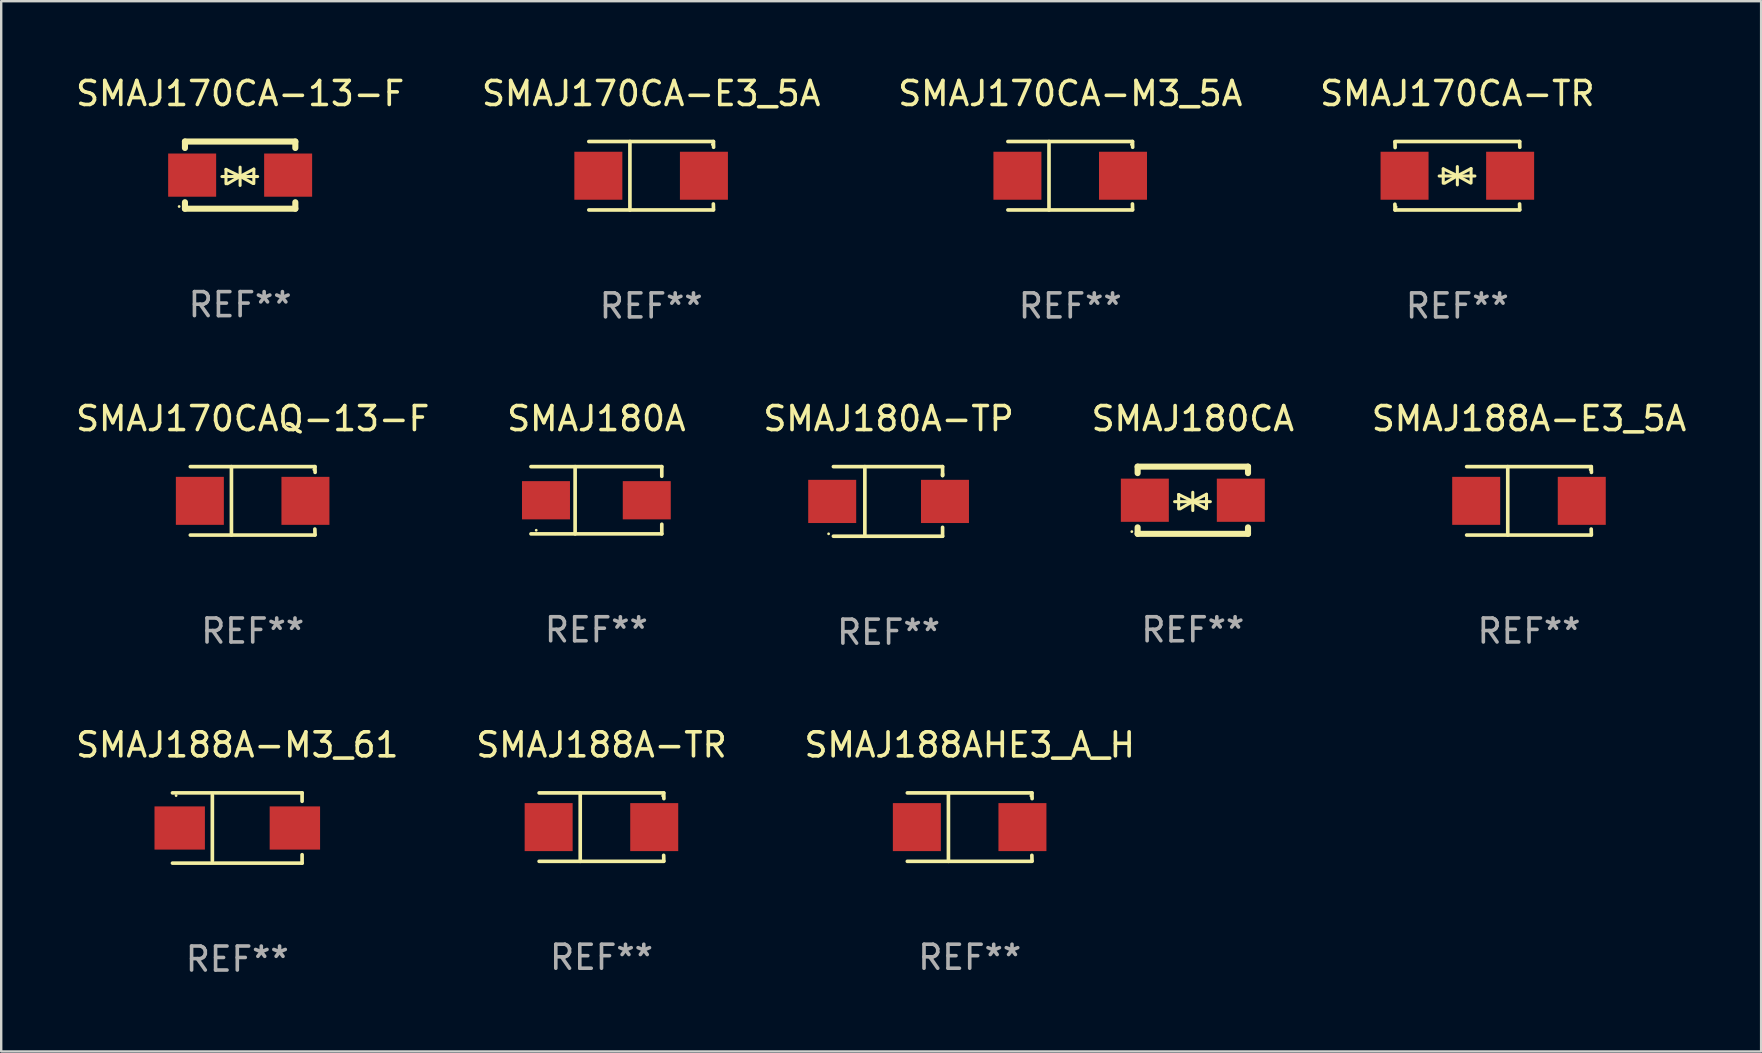
<source format=kicad_pcb>
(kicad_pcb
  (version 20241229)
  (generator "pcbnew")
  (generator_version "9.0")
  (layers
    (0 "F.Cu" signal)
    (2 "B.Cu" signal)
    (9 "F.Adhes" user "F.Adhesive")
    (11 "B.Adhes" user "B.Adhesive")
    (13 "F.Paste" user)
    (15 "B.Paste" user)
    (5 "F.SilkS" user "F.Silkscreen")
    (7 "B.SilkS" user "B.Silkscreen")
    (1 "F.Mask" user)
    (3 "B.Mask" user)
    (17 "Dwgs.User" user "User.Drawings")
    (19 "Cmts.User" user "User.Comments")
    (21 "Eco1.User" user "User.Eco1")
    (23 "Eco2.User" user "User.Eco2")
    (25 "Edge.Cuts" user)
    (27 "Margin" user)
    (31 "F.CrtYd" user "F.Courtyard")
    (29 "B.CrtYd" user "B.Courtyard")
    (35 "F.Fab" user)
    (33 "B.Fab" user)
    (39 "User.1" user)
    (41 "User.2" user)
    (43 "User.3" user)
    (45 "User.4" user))
  (footprint "SMAJ170CA-E3_5A"
    (layer "F.Cu")
    (at 24.089 4.274)
    (property "Reference" "SMAJ170CA-E3_5A" (at 0 -3.426 0) (layer "F.SilkS") (effects (font (size 1 1) (thickness 0.15))))
    (attr through_hole)
    (fp_line (start -2.6 -1.426) (end 2.593 -1.426) (stroke (width 0.152) (type solid)) (layer "F.SilkS"))
    (fp_line (start -2.6 1.426) (end 2.593 1.426) (stroke (width 0.152) (type solid)) (layer "F.SilkS"))
    (fp_line (start -0.887 -1.426) (end -0.887 1.426) (stroke (width 0.152) (type solid)) (layer "F.SilkS"))
    (fp_line (start 2.59 1.176) (end 2.597 1.415) (stroke (width 0.152) (type solid)) (layer "F.SilkS"))
    (fp_line (start 2.593 -1.426) (end 2.6 -1.187) (stroke (width 0.152) (type solid)) (layer "F.SilkS"))
    (fp_circle (center 2.547 -1.3) (end 2.577 -1.3) (stroke (width 0.06) (type solid)) (fill no) (layer "F.SilkS"))
    (fp_text user "REF**" (at 0 5.426 0) (layer "F.Fab") (effects (font (size 1 1) (thickness 0.15))))
    (pad "1" smd rect (at 2.197 -0.000025 180) (size 2 2) (layers "F.Cu" "F.Mask" "F.Paste"))
    (pad "2" smd rect (at -2.203 -0.000025 180) (size 2 2) (layers "F.Cu" "F.Mask" "F.Paste")))
  (footprint "SMAJ188AHE3_A_H"
    (layer "F.Cu")
    (at 37.363 31.42)
    (property "Reference" "SMAJ188AHE3_A_H" (at 0 -3.426 0) (layer "F.SilkS") (effects (font (size 1 1) (thickness 0.15))))
    (attr through_hole)
    (fp_line (start -2.6 -1.426) (end 2.593 -1.426) (stroke (width 0.152) (type solid)) (layer "F.SilkS"))
    (fp_line (start -2.6 1.426) (end 2.593 1.426) (stroke (width 0.152) (type solid)) (layer "F.SilkS"))
    (fp_line (start -0.887 -1.426) (end -0.887 1.426) (stroke (width 0.152) (type solid)) (layer "F.SilkS"))
    (fp_line (start 2.59 1.176) (end 2.597 1.415) (stroke (width 0.152) (type solid)) (layer "F.SilkS"))
    (fp_line (start 2.593 -1.426) (end 2.6 -1.187) (stroke (width 0.152) (type solid)) (layer "F.SilkS"))
    (fp_circle (center 2.547 -1.3) (end 2.577 -1.3) (stroke (width 0.06) (type solid)) (fill no) (layer "F.SilkS"))
    (fp_text user "REF**" (at 0 5.426 0) (layer "F.Fab") (effects (font (size 1 1) (thickness 0.15))))
    (pad "1" smd rect (at 2.197 -0.000025 180) (size 2 2) (layers "F.Cu" "F.Mask" "F.Paste"))
    (pad "2" smd rect (at -2.203 -0.000025 180) (size 2 2) (layers "F.Cu" "F.Mask" "F.Paste")))
  (footprint "SMAJ180CA"
    (layer "F.Cu")
    (at 46.661 17.797)
    (property "Reference" "SMAJ180CA" (at 0 -3.4 0) (layer "F.SilkS") (effects (font (size 1 1) (thickness 0.15))))
    (attr through_hole)
    (fp_line (start -2.3 -1.4) (end -2.3 -1.131) (stroke (width 0.254) (type solid)) (layer "F.SilkS"))
    (fp_line (start -2.3 -1.4) (end 2.3 -1.4) (stroke (width 0.254) (type solid)) (layer "F.SilkS"))
    (fp_line (start -2.3 1.131) (end -2.3 1.4) (stroke (width 0.254) (type solid)) (layer "F.SilkS"))
    (fp_line (start -2.3 1.4) (end 2.3 1.4) (stroke (width 0.254) (type solid)) (layer "F.SilkS"))
    (fp_line (start -0.76 0.06) (end 0.73 0.06) (stroke (width 0.127) (type solid)) (layer "F.SilkS"))
    (fp_line (start -0.59 -0.24) (end -0.59 0.36) (stroke (width 0.127) (type solid)) (layer "F.SilkS"))
    (fp_line (start -0.59 -0.24) (end -0.002 0.049) (stroke (width 0.127) (type solid)) (layer "F.SilkS"))
    (fp_line (start -0.53 0.36) (end -0.002 0.049) (stroke (width 0.127) (type solid)) (layer "F.SilkS"))
    (fp_line (start -0.002 0.049) (end -0.002 -0.332) (stroke (width 0.127) (type solid)) (layer "F.SilkS"))
    (fp_line (start -0.002 0.049) (end -0.002 0.43) (stroke (width 0.127) (type solid)) (layer "F.SilkS"))
    (fp_line (start 0.54 0.35) (end -0.002 0.049) (stroke (width 0.127) (type solid)) (layer "F.SilkS"))
    (fp_line (start 0.57 -0.25) (end -0.002 0.049) (stroke (width 0.127) (type solid)) (layer "F.SilkS"))
    (fp_line (start 0.57 -0.25) (end 0.57 0.35) (stroke (width 0.127) (type solid)) (layer "F.SilkS"))
    (fp_line (start 2.3 -1.4) (end 2.3 -1.131) (stroke (width 0.254) (type solid)) (layer "F.SilkS"))
    (fp_line (start 2.3 1.131) (end 2.3 1.4) (stroke (width 0.254) (type solid)) (layer "F.SilkS"))
    (fp_circle (center -2.542 1.308) (end -2.512 1.308) (stroke (width 0.06) (type solid)) (fill no) (layer "F.SilkS"))
    (fp_text user "REF**" (at 0 5.4 0) (layer "F.Fab") (effects (font (size 1 1) (thickness 0.15))))
    (pad "1" smd rect (at -2 0) (size 2 1.8) (layers "F.Cu" "F.Mask" "F.Paste"))
    (pad "2" smd rect (at 2 0) (size 2 1.8) (layers "F.Cu" "F.Mask" "F.Paste")))
  (footprint "SMAJ188A-M3_61"
    (layer "F.Cu")
    (at 6.839 31.457)
    (property "Reference" "SMAJ188A-M3_61" (at 0 -3.464 0) (layer "F.SilkS") (effects (font (size 1 1) (thickness 0.15))))
    (attr through_hole)
    (fp_line (start -2.701 -1.464) (end 2.701 -1.464) (stroke (width 0.152) (type solid)) (layer "F.SilkS"))
    (fp_line (start -2.701 1.464) (end 2.701 1.464) (stroke (width 0.152) (type solid)) (layer "F.SilkS"))
    (fp_line (start -1.039 -1.364) (end -1.039 1.364) (stroke (width 0.152) (type solid)) (layer "F.SilkS"))
    (fp_line (start 2.701 -1.464) (end 2.701 -1.113) (stroke (width 0.152) (type solid)) (layer "F.SilkS"))
    (fp_line (start 2.701 1.464) (end 2.701 1.113) (stroke (width 0.152) (type solid)) (layer "F.SilkS"))
    (fp_circle (center -2.55 -1.35) (end -2.52 -1.35) (stroke (width 0.06) (type solid)) (fill no) (layer "F.SilkS"))
    (fp_text user "REF**" (at 0 5.464 0) (layer "F.Fab") (effects (font (size 1 1) (thickness 0.15))))
    (pad "1" smd rect (at -2.4 0) (size 2.1 1.8) (layers "F.Cu" "F.Mask" "F.Paste"))
    (pad "2" smd rect (at 2.4 0) (size 2.1 1.8) (layers "F.Cu" "F.Mask" "F.Paste")))
  (footprint "SMAJ170CA-TR"
    (layer "F.Cu")
    (at 57.685 4.274)
    (property "Reference" "SMAJ170CA-TR" (at 0 -3.426 0) (layer "F.SilkS") (effects (font (size 1 1) (thickness 0.15))))
    (attr through_hole)
    (fp_line (start -2.596 -1.426) (end 2.596 -1.426) (stroke (width 0.152) (type solid)) (layer "F.SilkS"))
    (fp_line (start -2.596 1.426) (end -2.603 1.187) (stroke (width 0.152) (type solid)) (layer "F.SilkS"))
    (fp_line (start -2.596 1.426) (end 2.596 1.426) (stroke (width 0.152) (type solid)) (layer "F.SilkS"))
    (fp_line (start -2.593 -1.176) (end -2.6 -1.415) (stroke (width 0.152) (type solid)) (layer "F.SilkS"))
    (fp_line (start -0.758 0.011) (end 0.732 0.011) (stroke (width 0.127) (type solid)) (layer "F.SilkS"))
    (fp_line (start -0.588 -0.289) (end -0.588 0.311) (stroke (width 0.127) (type solid)) (layer "F.SilkS"))
    (fp_line (start -0.588 -0.289) (end 0 0) (stroke (width 0.127) (type solid)) (layer "F.SilkS"))
    (fp_line (start -0.528 0.311) (end 0 0) (stroke (width 0.127) (type solid)) (layer "F.SilkS"))
    (fp_line (start 0 0) (end 0 -0.381) (stroke (width 0.127) (type solid)) (layer "F.SilkS"))
    (fp_line (start 0 0) (end 0 0.381) (stroke (width 0.127) (type solid)) (layer "F.SilkS"))
    (fp_line (start 0.542 0.301) (end 0 0) (stroke (width 0.127) (type solid)) (layer "F.SilkS"))
    (fp_line (start 0.572 -0.299) (end 0 0) (stroke (width 0.127) (type solid)) (layer "F.SilkS"))
    (fp_line (start 0.572 -0.299) (end 0.572 0.301) (stroke (width 0.127) (type solid)) (layer "F.SilkS"))
    (fp_line (start 2.593 1.176) (end 2.6 1.415) (stroke (width 0.152) (type solid)) (layer "F.SilkS"))
    (fp_line (start 2.596 -1.426) (end 2.603 -1.187) (stroke (width 0.152) (type solid)) (layer "F.SilkS"))
    (fp_circle (center -2.55 1.3) (end -2.52 1.3) (stroke (width 0.06) (type solid)) (fill no) (layer "F.SilkS"))
    (fp_text user "REF**" (at 0 5.426 0) (layer "F.Fab") (effects (font (size 1 1) (thickness 0.15))))
    (pad "1" smd rect (at -2.2 0 180) (size 2 2) (layers "F.Cu" "F.Mask" "F.Paste"))
    (pad "2" smd rect (at 2.2 0 180) (size 2 2) (layers "F.Cu" "F.Mask" "F.Paste")))
  (footprint "SMAJ188A-TR"
    (layer "F.Cu")
    (at 22.018 31.42)
    (property "Reference" "SMAJ188A-TR" (at 0 -3.426 0) (layer "F.SilkS") (effects (font (size 1 1) (thickness 0.15))))
    (attr through_hole)
    (fp_line (start -2.6 -1.426) (end 2.593 -1.426) (stroke (width 0.152) (type solid)) (layer "F.SilkS"))
    (fp_line (start -2.6 1.426) (end 2.593 1.426) (stroke (width 0.152) (type solid)) (layer "F.SilkS"))
    (fp_line (start -0.887 -1.426) (end -0.887 1.426) (stroke (width 0.152) (type solid)) (layer "F.SilkS"))
    (fp_line (start 2.59 1.176) (end 2.597 1.415) (stroke (width 0.152) (type solid)) (layer "F.SilkS"))
    (fp_line (start 2.593 -1.426) (end 2.6 -1.187) (stroke (width 0.152) (type solid)) (layer "F.SilkS"))
    (fp_circle (center 2.547 -1.3) (end 2.577 -1.3) (stroke (width 0.06) (type solid)) (fill no) (layer "F.SilkS"))
    (fp_text user "REF**" (at 0 5.426 0) (layer "F.Fab") (effects (font (size 1 1) (thickness 0.15))))
    (pad "1" smd rect (at 2.197 -0.000025 180) (size 2 2) (layers "F.Cu" "F.Mask" "F.Paste"))
    (pad "2" smd rect (at -2.203 -0.000025 180) (size 2 2) (layers "F.Cu" "F.Mask" "F.Paste")))
  (footprint "SMAJ170CA-M3_5A"
    (layer "F.Cu")
    (at 41.554 4.274)
    (property "Reference" "SMAJ170CA-M3_5A" (at 0 -3.426 0) (layer "F.SilkS") (effects (font (size 1 1) (thickness 0.15))))
    (attr through_hole)
    (fp_line (start -2.6 -1.426) (end 2.593 -1.426) (stroke (width 0.152) (type solid)) (layer "F.SilkS"))
    (fp_line (start -2.6 1.426) (end 2.593 1.426) (stroke (width 0.152) (type solid)) (layer "F.SilkS"))
    (fp_line (start -0.887 -1.426) (end -0.887 1.426) (stroke (width 0.152) (type solid)) (layer "F.SilkS"))
    (fp_line (start 2.59 1.176) (end 2.597 1.415) (stroke (width 0.152) (type solid)) (layer "F.SilkS"))
    (fp_line (start 2.593 -1.426) (end 2.6 -1.187) (stroke (width 0.152) (type solid)) (layer "F.SilkS"))
    (fp_circle (center 2.547 -1.3) (end 2.577 -1.3) (stroke (width 0.06) (type solid)) (fill no) (layer "F.SilkS"))
    (fp_text user "REF**" (at 0 5.426 0) (layer "F.Fab") (effects (font (size 1 1) (thickness 0.15))))
    (pad "1" smd rect (at 2.197 -0.000025 180) (size 2 2) (layers "F.Cu" "F.Mask" "F.Paste"))
    (pad "2" smd rect (at -2.203 -0.000025 180) (size 2 2) (layers "F.Cu" "F.Mask" "F.Paste")))
  (footprint "SMAJ170CAQ-13-F"
    (layer "F.Cu")
    (at 7.482 17.823)
    (property "Reference" "SMAJ170CAQ-13-F" (at 0 -3.426 0) (layer "F.SilkS") (effects (font (size 1 1) (thickness 0.15))))
    (attr through_hole)
    (fp_line (start -2.6 -1.426) (end 2.593 -1.426) (stroke (width 0.152) (type solid)) (layer "F.SilkS"))
    (fp_line (start -2.6 1.426) (end 2.593 1.426) (stroke (width 0.152) (type solid)) (layer "F.SilkS"))
    (fp_line (start -0.887 -1.426) (end -0.887 1.426) (stroke (width 0.152) (type solid)) (layer "F.SilkS"))
    (fp_line (start 2.59 1.176) (end 2.597 1.415) (stroke (width 0.152) (type solid)) (layer "F.SilkS"))
    (fp_line (start 2.593 -1.426) (end 2.6 -1.187) (stroke (width 0.152) (type solid)) (layer "F.SilkS"))
    (fp_circle (center 2.547 -1.3) (end 2.577 -1.3) (stroke (width 0.06) (type solid)) (fill no) (layer "F.SilkS"))
    (fp_text user "REF**" (at 0 5.426 0) (layer "F.Fab") (effects (font (size 1 1) (thickness 0.15))))
    (pad "1" smd rect (at 2.197 -0.000025 180) (size 2 2) (layers "F.Cu" "F.Mask" "F.Paste"))
    (pad "2" smd rect (at -2.203 -0.000025 180) (size 2 2) (layers "F.Cu" "F.Mask" "F.Paste")))
  (footprint "SMAJ180A"
    (layer "F.Cu")
    (at 21.804 17.798)
    (property "Reference" "SMAJ180A" (at 0 -3.401 0) (layer "F.SilkS") (effects (font (size 1 1) (thickness 0.15))))
    (attr through_hole)
    (fp_line (start -2.726 -1.401) (end 2.726 -1.401) (stroke (width 0.152) (type solid)) (layer "F.SilkS"))
    (fp_line (start -2.726 1.401) (end 2.726 1.401) (stroke (width 0.152) (type solid)) (layer "F.SilkS"))
    (fp_line (start -0.886 -1.401) (end -0.886 1.401) (stroke (width 0.152) (type solid)) (layer "F.SilkS"))
    (fp_line (start 2.726 -1.401) (end 2.726 -1) (stroke (width 0.152) (type solid)) (layer "F.SilkS"))
    (fp_line (start 2.726 1.401) (end 2.726 1) (stroke (width 0.152) (type solid)) (layer "F.SilkS"))
    (fp_circle (center -2.507 1.25) (end -2.477 1.25) (stroke (width 0.06) (type solid)) (fill no) (layer "F.SilkS"))
    (fp_text user "REF**" (at 0 5.401 0) (layer "F.Fab") (effects (font (size 1 1) (thickness 0.15))))
    (pad "1" smd rect (at -2.1 0 180) (size 2 1.593) (layers "F.Cu" "F.Mask" "F.Paste"))
    (pad "2" smd rect (at 2.1 0 180) (size 2 1.593) (layers "F.Cu" "F.Mask" "F.Paste")))
  (footprint "SMAJ170CA-13-F"
    (layer "F.Cu")
    (at 6.958 4.248)
    (property "Reference" "SMAJ170CA-13-F" (at 0 -3.4 0) (layer "F.SilkS") (effects (font (size 1 1) (thickness 0.15))))
    (attr through_hole)
    (fp_line (start -2.3 -1.4) (end -2.3 -1.131) (stroke (width 0.254) (type solid)) (layer "F.SilkS"))
    (fp_line (start -2.3 -1.4) (end 2.3 -1.4) (stroke (width 0.254) (type solid)) (layer "F.SilkS"))
    (fp_line (start -2.3 1.131) (end -2.3 1.4) (stroke (width 0.254) (type solid)) (layer "F.SilkS"))
    (fp_line (start -2.3 1.4) (end 2.3 1.4) (stroke (width 0.254) (type solid)) (layer "F.SilkS"))
    (fp_line (start -0.76 0.06) (end 0.73 0.06) (stroke (width 0.127) (type solid)) (layer "F.SilkS"))
    (fp_line (start -0.59 -0.24) (end -0.59 0.36) (stroke (width 0.127) (type solid)) (layer "F.SilkS"))
    (fp_line (start -0.59 -0.24) (end -0.002 0.049) (stroke (width 0.127) (type solid)) (layer "F.SilkS"))
    (fp_line (start -0.53 0.36) (end -0.002 0.049) (stroke (width 0.127) (type solid)) (layer "F.SilkS"))
    (fp_line (start -0.002 0.049) (end -0.002 -0.332) (stroke (width 0.127) (type solid)) (layer "F.SilkS"))
    (fp_line (start -0.002 0.049) (end -0.002 0.43) (stroke (width 0.127) (type solid)) (layer "F.SilkS"))
    (fp_line (start 0.54 0.35) (end -0.002 0.049) (stroke (width 0.127) (type solid)) (layer "F.SilkS"))
    (fp_line (start 0.57 -0.25) (end -0.002 0.049) (stroke (width 0.127) (type solid)) (layer "F.SilkS"))
    (fp_line (start 0.57 -0.25) (end 0.57 0.35) (stroke (width 0.127) (type solid)) (layer "F.SilkS"))
    (fp_line (start 2.3 -1.4) (end 2.3 -1.131) (stroke (width 0.254) (type solid)) (layer "F.SilkS"))
    (fp_line (start 2.3 1.131) (end 2.3 1.4) (stroke (width 0.254) (type solid)) (layer "F.SilkS"))
    (fp_circle (center -2.542 1.308) (end -2.512 1.308) (stroke (width 0.06) (type solid)) (fill no) (layer "F.SilkS"))
    (fp_text user "REF**" (at 0 5.4 0) (layer "F.Fab") (effects (font (size 1 1) (thickness 0.15))))
    (pad "1" smd rect (at -2 0) (size 2 1.8) (layers "F.Cu" "F.Mask" "F.Paste"))
    (pad "2" smd rect (at 2 0) (size 2 1.8) (layers "F.Cu" "F.Mask" "F.Paste")))
  (footprint "SMAJ180A-TP"
    (layer "F.Cu")
    (at 33.982 17.847)
    (property "Reference" "SMAJ180A-TP" (at 0 -3.45 0) (layer "F.SilkS") (effects (font (size 1 1) (thickness 0.15))))
    (attr through_hole)
    (fp_line (start -2.3 -1.45) (end 2.25 -1.45) (stroke (width 0.152) (type solid)) (layer "F.SilkS"))
    (fp_line (start -0.989 -1.45) (end -0.989 1.45) (stroke (width 0.152) (type solid)) (layer "F.SilkS"))
    (fp_line (start 2.25 -1.45) (end 2.25 -1.08) (stroke (width 0.152) (type solid)) (layer "F.SilkS"))
    (fp_line (start 2.25 -1.08) (end 2.25 -1.142) (stroke (width 0.152) (type solid)) (layer "F.SilkS"))
    (fp_line (start 2.25 1.45) (end -2.3 1.45) (stroke (width 0.152) (type solid)) (layer "F.SilkS"))
    (fp_line (start 2.25 1.45) (end 2.25 1.08) (stroke (width 0.152) (type solid)) (layer "F.SilkS"))
    (fp_circle (center -2.5 1.35) (end -2.47 1.35) (stroke (width 0.06) (type solid)) (fill no) (layer "F.SilkS"))
    (fp_text user "REF**" (at 0 5.45 0) (layer "F.Fab") (effects (font (size 1 1) (thickness 0.15))))
    (pad "1" smd rect (at -2.35 0.000025) (size 2 1.8) (layers "F.Cu" "F.Mask" "F.Paste"))
    (pad "2" smd rect (at 2.35 0.000025) (size 2 1.8) (layers "F.Cu" "F.Mask" "F.Paste")))
  (footprint "SMAJ188A-E3_5A"
    (layer "F.Cu")
    (at 60.673 17.823)
    (property "Reference" "SMAJ188A-E3_5A" (at 0 -3.426 0) (layer "F.SilkS") (effects (font (size 1 1) (thickness 0.15))))
    (attr through_hole)
    (fp_line (start -2.6 -1.426) (end 2.593 -1.426) (stroke (width 0.152) (type solid)) (layer "F.SilkS"))
    (fp_line (start -2.6 1.426) (end 2.593 1.426) (stroke (width 0.152) (type solid)) (layer "F.SilkS"))
    (fp_line (start -0.887 -1.426) (end -0.887 1.426) (stroke (width 0.152) (type solid)) (layer "F.SilkS"))
    (fp_line (start 2.59 1.176) (end 2.597 1.415) (stroke (width 0.152) (type solid)) (layer "F.SilkS"))
    (fp_line (start 2.593 -1.426) (end 2.6 -1.187) (stroke (width 0.152) (type solid)) (layer "F.SilkS"))
    (fp_circle (center 2.547 -1.3) (end 2.577 -1.3) (stroke (width 0.06) (type solid)) (fill no) (layer "F.SilkS"))
    (fp_text user "REF**" (at 0 5.426 0) (layer "F.Fab") (effects (font (size 1 1) (thickness 0.15))))
    (pad "1" smd rect (at 2.197 -0.000025 180) (size 2 2) (layers "F.Cu" "F.Mask" "F.Paste"))
    (pad "2" smd rect (at -2.203 -0.000025 180) (size 2 2) (layers "F.Cu" "F.Mask" "F.Paste")))
  (gr_rect
    (start -3 -3)
    (end 70.345 40.769)
    (stroke (width 0.1) (type default))
    (fill no)
    (layer "Edge.Cuts")))
</source>
